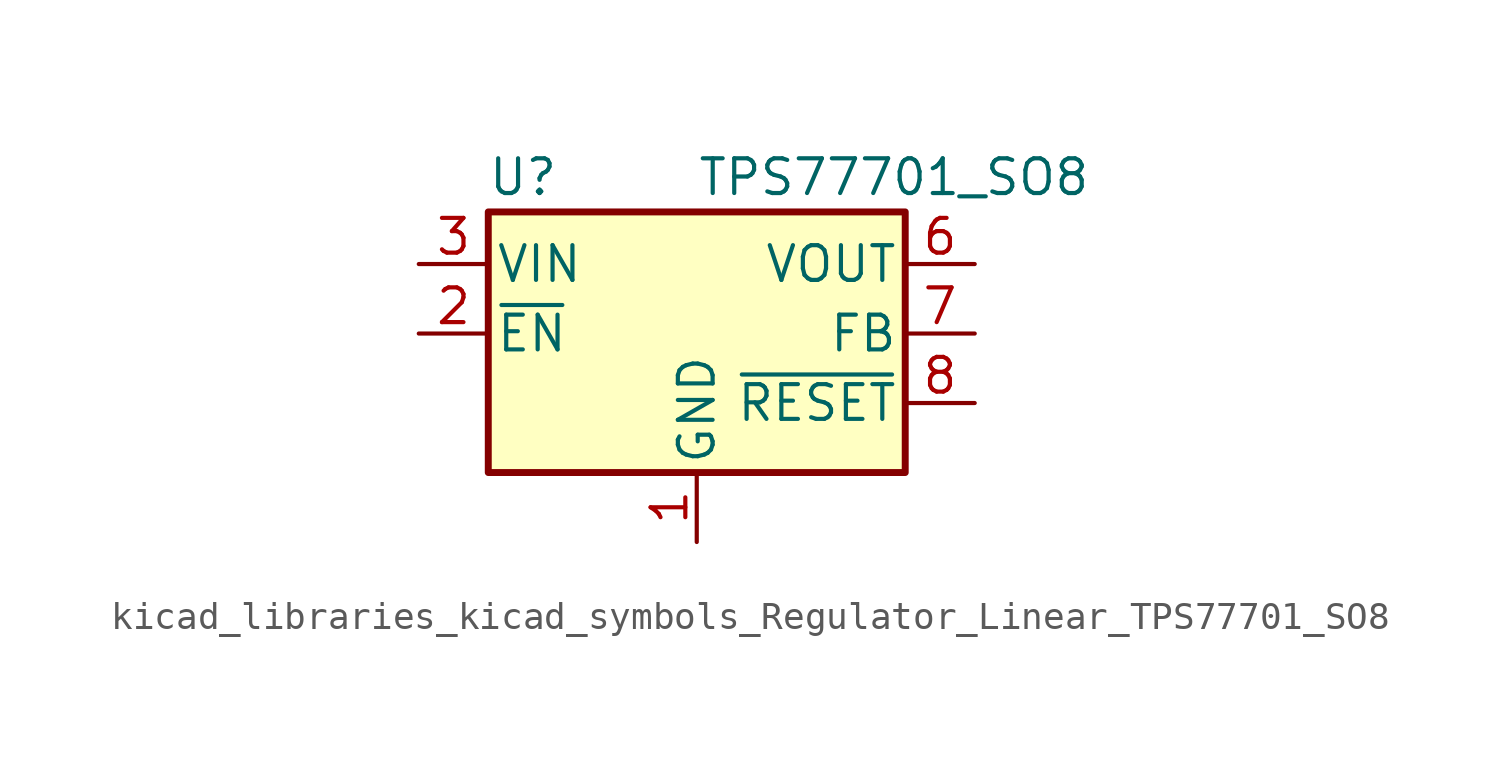
<source format=kicad_sym>
(kicad_symbol_lib
  (version 20220914)
  (generator kicad_symbol_editor)
  (symbol "kicad_libraries_kicad_symbols_Regulator_Linear_TPS77701_SO8"
    (pin_names
      (offset 0.254))
    (property "Reference" "U"
      (at -6.35 5.715 0)
      (effects (font (size 1.27 1.27))))
    (property "Value" "TPS77701_SO8"
      (at 0 5.715 0)
      (effects (font (size 1.27 1.27)) (justify left)))
    (symbol "kicad_libraries_kicad_symbols_Regulator_Linear_TPS77701_SO8_0_1"
      (rectangle (start -7.62 4.445) (end 7.62 -5.08) (stroke (width 0.254) (type default)) (fill (type background))))
    (symbol "kicad_libraries_kicad_symbols_Regulator_Linear_TPS77701_SO8_1_1"
      (pin power_in line (at 0 -7.62 90) (length 2.54) (name "GND" (effects (font (size 1.27 1.27)))) (number "1" (effects (font (size 1.27 1.27)))))
      (pin input line (at -10.16 0 0) (length 2.54) (name "~{EN}" (effects (font (size 1.27 1.27)))) (number "2" (effects (font (size 1.27 1.27)))))
      (pin power_in line (at -10.16 2.54 0) (length 2.54) (name "VIN" (effects (font (size 1.27 1.27)))) (number "3" (effects (font (size 1.27 1.27)))))
      (pin passive line (at -10.16 2.54 0) (length 2.54) hide (name "VIN" (effects (font (size 1.27 1.27)))) (number "4" (effects (font (size 1.27 1.27)))))
      (pin passive line (at 10.16 2.54 180) (length 2.54) hide (name "VOUT" (effects (font (size 1.27 1.27)))) (number "5" (effects (font (size 1.27 1.27)))))
      (pin power_out line (at 10.16 2.54 180) (length 2.54) (name "VOUT" (effects (font (size 1.27 1.27)))) (number "6" (effects (font (size 1.27 1.27)))))
      (pin passive line (at 10.16 0 180) (length 2.54) (name "FB" (effects (font (size 1.27 1.27)))) (number "7" (effects (font (size 1.27 1.27)))))
      (pin open_collector line (at 10.16 -2.54 180) (length 2.54) (name "~{RESET}" (effects (font (size 1.27 1.27)))) (number "8" (effects (font (size 1.27 1.27))))))))
</source>
